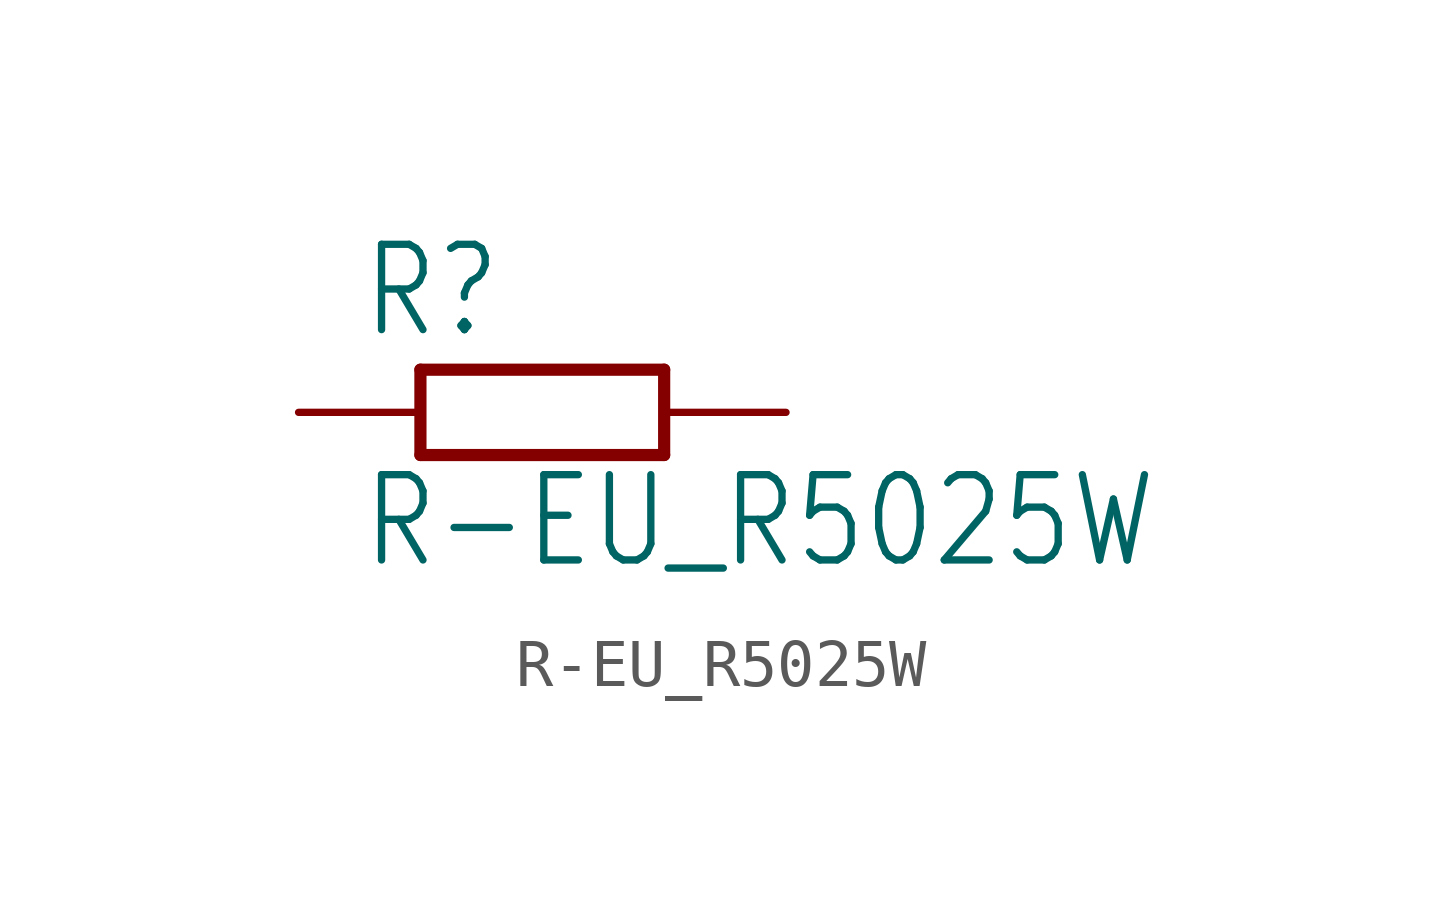
<source format=kicad_sym>
(kicad_symbol_lib
  (version 20210619)
  (generator kicad_symbol_editor)
  (symbol "R-EU_R5025W"
    (property "Reference" "R"
      (at -3.81 1.499 0)
      (effects (font (size 1.778 1.511)) (justify left bottom)))
    (property "Value" "R-EU_R5025W"
      (at -3.81 -3.302 0)
      (effects (font (size 1.778 1.511)) (justify left bottom)))
    (property "ki_locked" ""
      (at 0 0 0)
      (effects (font (size 1.27 1.27))))
    (symbol "R-EU_R5025W_1_0"
      (polyline (pts (xy -2.54 -0.889) (xy -2.54 0.889)) (stroke (width 0.254)) (fill (type none)))
      (polyline (pts (xy -2.54 -0.889) (xy 2.54 -0.889)) (stroke (width 0.254)) (fill (type none)))
      (polyline (pts (xy 2.54 -0.889) (xy 2.54 0.889)) (stroke (width 0.254)) (fill (type none)))
      (polyline (pts (xy 2.54 0.889) (xy -2.54 0.889)) (stroke (width 0.254)) (fill (type none)))
      (pin passive line (at -5.08 0 0) (length 2.54) (name "1" (effects (font (size 0 0)))) (number "1" (effects (font (size 0 0)))))
      (pin passive line (at 5.08 0 180) (length 2.54) (name "2" (effects (font (size 0 0)))) (number "2" (effects (font (size 0 0))))))))
</source>
